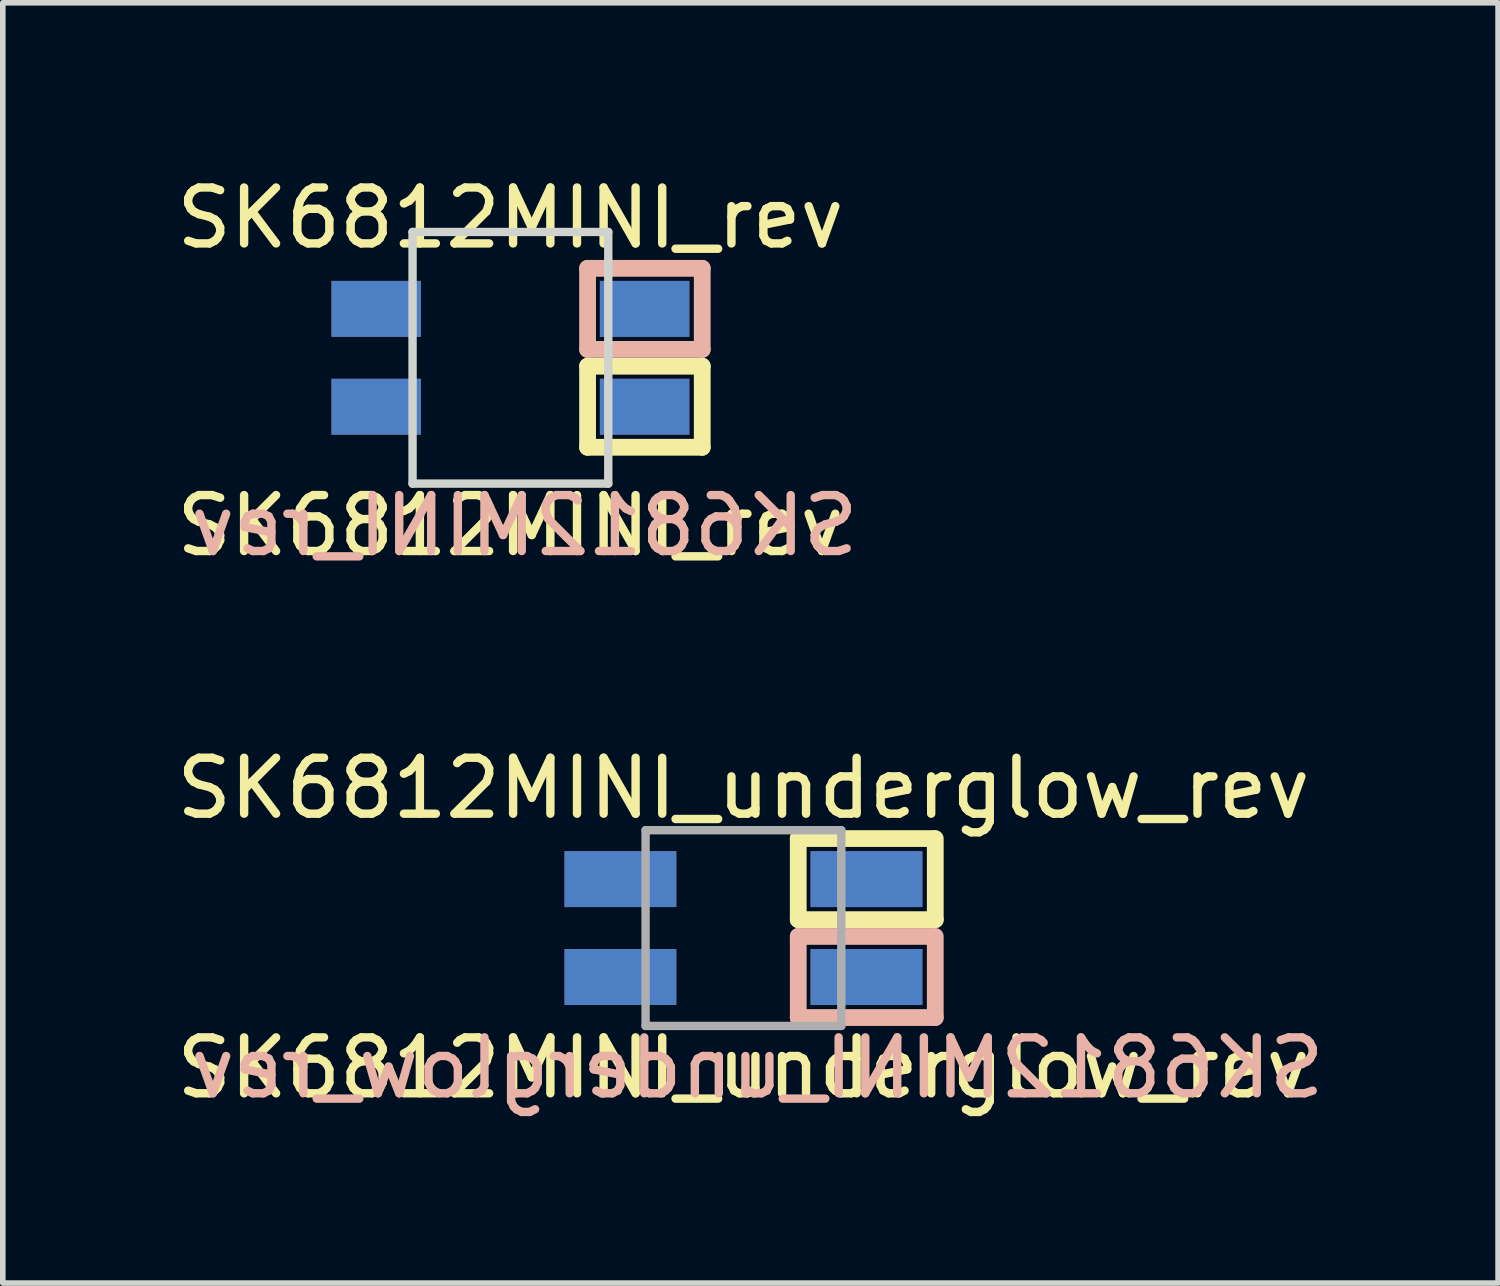
<source format=kicad_pcb>
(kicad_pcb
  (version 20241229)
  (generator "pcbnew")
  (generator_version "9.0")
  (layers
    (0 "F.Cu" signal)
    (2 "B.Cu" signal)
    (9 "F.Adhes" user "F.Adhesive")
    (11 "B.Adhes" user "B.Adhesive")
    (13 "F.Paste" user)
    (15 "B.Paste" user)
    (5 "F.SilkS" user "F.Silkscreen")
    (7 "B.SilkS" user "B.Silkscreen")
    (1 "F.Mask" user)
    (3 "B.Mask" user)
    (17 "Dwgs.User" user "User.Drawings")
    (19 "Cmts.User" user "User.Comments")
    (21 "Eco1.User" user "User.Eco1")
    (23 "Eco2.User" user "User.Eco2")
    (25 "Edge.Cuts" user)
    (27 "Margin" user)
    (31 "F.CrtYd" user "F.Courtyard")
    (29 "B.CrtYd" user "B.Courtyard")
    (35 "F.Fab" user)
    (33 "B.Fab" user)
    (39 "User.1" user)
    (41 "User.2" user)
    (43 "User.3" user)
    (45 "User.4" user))
  (footprint "SK6812MINI_underglow_rev"
    (layer "F.Cu")
    (at 10.244 13.545)
    (property "Reference" "SK6812MINI_underglow_rev" (at 0 -2.5 0) (layer "F.SilkS") (effects (font (size 1 1) (thickness 0.15))))
    (attr through_hole)
    (fp_line (start 0.98 -1.6) (end 3.4 -1.6) (stroke (width 0.3) (type solid)) (layer "F.SilkS"))
    (fp_line (start 0.98 -0.15) (end 0.98 -1.6) (stroke (width 0.3) (type solid)) (layer "F.SilkS"))
    (fp_line (start 3.43 -1.6) (end 3.43 -0.15) (stroke (width 0.3) (type solid)) (layer "F.SilkS"))
    (fp_line (start 3.43 -0.15) (end 0.98 -0.15) (stroke (width 0.3) (type solid)) (layer "F.SilkS"))
    (fp_line (start 0.98 0.15) (end 3.4 0.15) (stroke (width 0.3) (type solid)) (layer "B.SilkS"))
    (fp_line (start 0.98 1.6) (end 0.98 0.15) (stroke (width 0.3) (type solid)) (layer "B.SilkS"))
    (fp_line (start 3.43 0.15) (end 3.43 1.6) (stroke (width 0.3) (type solid)) (layer "B.SilkS"))
    (fp_line (start 3.43 1.6) (end 0.98 1.6) (stroke (width 0.3) (type solid)) (layer "B.SilkS"))
    (fp_line (start -1.75 -1.75) (end -1.75 1.75) (stroke (width 0.15) (type solid)) (layer "F.Fab"))
    (fp_line (start -1.75 -1.75) (end 1.75 -1.75) (stroke (width 0.15) (type solid)) (layer "F.Fab"))
    (fp_line (start 1.75 -1.75) (end 1.75 1.75) (stroke (width 0.15) (type solid)) (layer "F.Fab"))
    (fp_line (start 1.75 1.75) (end -1.75 1.75) (stroke (width 0.15) (type solid)) (layer "F.Fab"))
    (fp_text user "${REFERENCE}" (at 0 2.5 0) (unlocked yes) (layer "F.SilkS") (effects (font (size 1 1) (thickness 0.15))))
    (fp_text user "${REFERENCE}" (at 0.25 2.5 0) (unlocked yes) (layer "B.SilkS") (effects (font (size 1 1) (thickness 0.15)) (justify mirror)))
    (pad "1" smd rect (at -2.2 -0.875) (size 2 1) (layers "F.Cu" "F.Mask" "F.Paste"))
    (pad "1" smd rect (at -2.2 0.875) (size 2 1) (layers "B.Cu" "B.Mask" "B.Paste"))
    (pad "2" smd rect (at -2.2 -0.875) (size 2 1) (layers "B.Cu" "B.Mask" "B.Paste"))
    (pad "2" smd rect (at -2.2 0.875) (size 2 1) (layers "F.Cu" "F.Mask" "F.Paste"))
    (pad "3" smd rect (at 2.2 -0.875) (size 2 1) (layers "B.Cu" "B.Mask" "B.Paste"))
    (pad "3" smd rect (at 2.2 0.875) (size 2 1) (layers "F.Cu" "F.Mask" "F.Paste"))
    (pad "4" smd rect (at 2.2 -0.875) (size 2 1) (layers "F.Cu" "F.Mask" "F.Paste"))
    (pad "4" smd rect (at 2.2 0.875) (size 2 1) (layers "B.Cu" "B.Mask" "B.Paste")))
  (footprint "SK6812MINI_rev"
    (layer "F.Cu")
    (at 6.077 3.348)
    (property "Reference" "SK6812MINI_rev" (at 0 -2.5 0) (layer "F.SilkS") (effects (font (size 1 1) (thickness 0.15))))
    (attr through_hole)
    (fp_line (start 1.38 0.15) (end 3.43 0.15) (stroke (width 0.3) (type solid)) (layer "F.SilkS"))
    (fp_line (start 1.38 1.6) (end 1.38 0.15) (stroke (width 0.3) (type solid)) (layer "F.SilkS"))
    (fp_line (start 3.43 0.15) (end 3.43 1.6) (stroke (width 0.3) (type solid)) (layer "F.SilkS"))
    (fp_line (start 3.43 1.6) (end 1.38 1.6) (stroke (width 0.3) (type solid)) (layer "F.SilkS"))
    (fp_line (start 1.38 -1.6) (end 3.43 -1.6) (stroke (width 0.3) (type solid)) (layer "B.SilkS"))
    (fp_line (start 1.38 -0.15) (end 1.38 -1.6) (stroke (width 0.3) (type solid)) (layer "B.SilkS"))
    (fp_line (start 3.43 -1.6) (end 3.43 -0.15) (stroke (width 0.3) (type solid)) (layer "B.SilkS"))
    (fp_line (start 3.43 -0.15) (end 1.38 -0.15) (stroke (width 0.3) (type solid)) (layer "B.SilkS"))
    (fp_line (start -1.75 -2.25) (end -1.75 2.25) (stroke (width 0.15) (type solid)) (layer "Edge.Cuts"))
    (fp_line (start -1.75 -2.25) (end 1.75 -2.25) (stroke (width 0.15) (type solid)) (layer "Edge.Cuts"))
    (fp_line (start 1.75 -2.25) (end 1.75 2.25) (stroke (width 0.15) (type solid)) (layer "Edge.Cuts"))
    (fp_line (start 1.75 2.25) (end -1.75 2.25) (stroke (width 0.15) (type solid)) (layer "Edge.Cuts"))
    (fp_text user "${REFERENCE}" (at 0 3 0) (unlocked yes) (layer "F.SilkS") (effects (font (size 1 1) (thickness 0.15))))
    (fp_text user "${REFERENCE}" (at 0.25 3 0) (unlocked yes) (layer "B.SilkS") (effects (font (size 1 1) (thickness 0.15)) (justify mirror)))
    (pad "1" smd rect (at -2.4 -0.875) (size 1.6 1) (layers "B.Cu" "B.Mask" "B.Paste"))
    (pad "1" smd rect (at -2.4 0.875) (size 1.6 1) (layers "F.Cu" "F.Mask" "F.Paste"))
    (pad "2" smd rect (at -2.4 -0.875) (size 1.6 1) (layers "F.Cu" "F.Mask" "F.Paste"))
    (pad "2" smd rect (at -2.4 0.875) (size 1.6 1) (layers "B.Cu" "B.Mask" "B.Paste"))
    (pad "3" smd rect (at 2.4 -0.875) (size 1.6 1) (layers "F.Cu" "F.Mask" "F.Paste"))
    (pad "3" smd rect (at 2.4 0.875) (size 1.6 1) (layers "B.Cu" "B.Mask" "B.Paste"))
    (pad "4" smd rect (at 2.4 -0.875) (size 1.6 1) (layers "B.Cu" "B.Mask" "B.Paste"))
    (pad "4" smd rect (at 2.4 0.875) (size 1.6 1) (layers "F.Cu" "F.Mask" "F.Paste")))
  (gr_rect
    (start -3 -3)
    (end 23.738 19.893)
    (stroke (width 0.1) (type default))
    (fill no)
    (layer "Edge.Cuts")))
</source>
